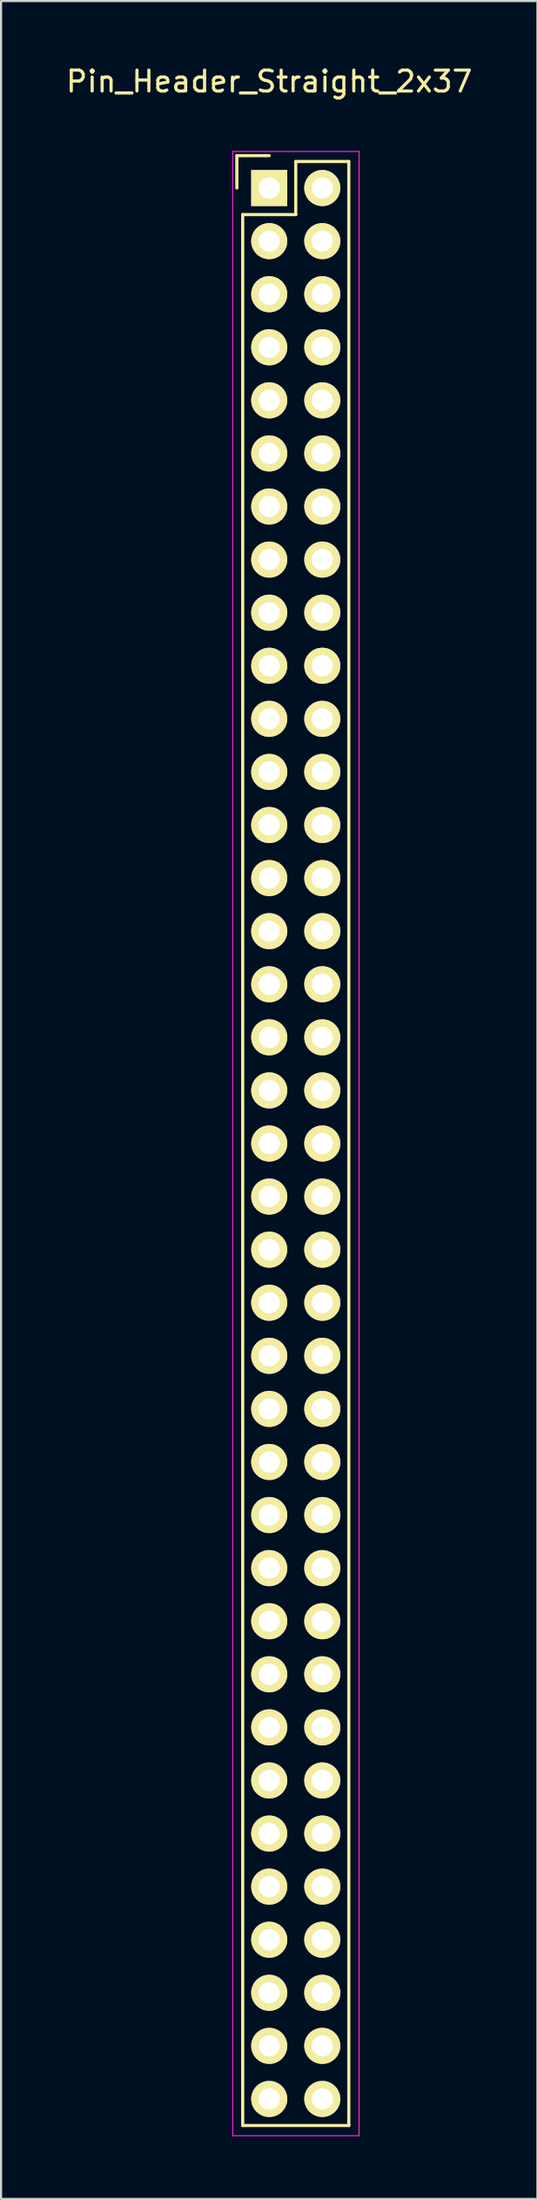
<source format=kicad_pcb>
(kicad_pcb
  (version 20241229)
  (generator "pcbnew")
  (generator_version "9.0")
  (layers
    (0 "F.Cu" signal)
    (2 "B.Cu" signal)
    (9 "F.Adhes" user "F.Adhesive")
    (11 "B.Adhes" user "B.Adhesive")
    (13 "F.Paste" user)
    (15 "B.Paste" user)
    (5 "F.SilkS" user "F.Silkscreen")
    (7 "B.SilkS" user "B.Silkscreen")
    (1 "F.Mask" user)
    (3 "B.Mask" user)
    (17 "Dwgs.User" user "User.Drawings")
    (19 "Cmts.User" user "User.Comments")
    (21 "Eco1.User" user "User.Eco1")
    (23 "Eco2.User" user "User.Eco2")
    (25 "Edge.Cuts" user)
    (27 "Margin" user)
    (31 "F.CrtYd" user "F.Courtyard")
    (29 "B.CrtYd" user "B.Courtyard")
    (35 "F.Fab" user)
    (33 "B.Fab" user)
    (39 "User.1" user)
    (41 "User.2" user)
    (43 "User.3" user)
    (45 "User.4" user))
  (footprint "Pin_Header_Straight_2x37"
    (layer "F.Cu")
    (at 9.839 5.948)
    (property "Reference" "Pin_Header_Straight_2x37" (at 0 -5.1 0) (layer "F.SilkS") (effects (font (size 1 1) (thickness 0.15))))
    (attr through_hole)
    (fp_line (start -1.55 -1.55) (end -1.55 0) (stroke (width 0.15) (type solid)) (layer "F.SilkS"))
    (fp_line (start -1.27 92.71) (end -1.27 1.27) (stroke (width 0.15) (type solid)) (layer "F.SilkS"))
    (fp_line (start 0 -1.55) (end -1.55 -1.55) (stroke (width 0.15) (type solid)) (layer "F.SilkS"))
    (fp_line (start 1.27 -1.27) (end 1.27 1.27) (stroke (width 0.15) (type solid)) (layer "F.SilkS"))
    (fp_line (start 1.27 1.27) (end -1.27 1.27) (stroke (width 0.15) (type solid)) (layer "F.SilkS"))
    (fp_line (start 3.81 -1.27) (end 1.27 -1.27) (stroke (width 0.15) (type solid)) (layer "F.SilkS"))
    (fp_line (start 3.81 -1.27) (end 3.81 92.71) (stroke (width 0.15) (type solid)) (layer "F.SilkS"))
    (fp_line (start 3.81 92.71) (end -1.27 92.71) (stroke (width 0.15) (type solid)) (layer "F.SilkS"))
    (fp_line (start -1.75 -1.75) (end -1.75 93.2) (stroke (width 0.05) (type solid)) (layer "F.CrtYd"))
    (fp_line (start -1.75 -1.75) (end 4.3 -1.75) (stroke (width 0.05) (type solid)) (layer "F.CrtYd"))
    (fp_line (start -1.75 93.2) (end 4.3 93.2) (stroke (width 0.05) (type solid)) (layer "F.CrtYd"))
    (fp_line (start 4.3 -1.75) (end 4.3 93.2) (stroke (width 0.05) (type solid)) (layer "F.CrtYd"))
    (pad "1" thru_hole rect (at 0 0) (size 1.727 1.727) (drill 1.016) (layers "*.Cu" "*.Mask" "F.SilkS"))
    (pad "2" thru_hole oval (at 2.54 0) (size 1.727 1.727) (drill 1.016) (layers "*.Cu" "*.Mask" "F.SilkS"))
    (pad "3" thru_hole oval (at 0 2.54) (size 1.727 1.727) (drill 1.016) (layers "*.Cu" "*.Mask" "F.SilkS"))
    (pad "4" thru_hole oval (at 2.54 2.54) (size 1.727 1.727) (drill 1.016) (layers "*.Cu" "*.Mask" "F.SilkS"))
    (pad "5" thru_hole oval (at 0 5.08) (size 1.727 1.727) (drill 1.016) (layers "*.Cu" "*.Mask" "F.SilkS"))
    (pad "6" thru_hole oval (at 2.54 5.08) (size 1.727 1.727) (drill 1.016) (layers "*.Cu" "*.Mask" "F.SilkS"))
    (pad "7" thru_hole oval (at 0 7.62) (size 1.727 1.727) (drill 1.016) (layers "*.Cu" "*.Mask" "F.SilkS"))
    (pad "8" thru_hole oval (at 2.54 7.62) (size 1.727 1.727) (drill 1.016) (layers "*.Cu" "*.Mask" "F.SilkS"))
    (pad "9" thru_hole oval (at 0 10.16) (size 1.727 1.727) (drill 1.016) (layers "*.Cu" "*.Mask" "F.SilkS"))
    (pad "10" thru_hole oval (at 2.54 10.16) (size 1.727 1.727) (drill 1.016) (layers "*.Cu" "*.Mask" "F.SilkS"))
    (pad "11" thru_hole oval (at 0 12.7) (size 1.727 1.727) (drill 1.016) (layers "*.Cu" "*.Mask" "F.SilkS"))
    (pad "12" thru_hole oval (at 2.54 12.7) (size 1.727 1.727) (drill 1.016) (layers "*.Cu" "*.Mask" "F.SilkS"))
    (pad "13" thru_hole oval (at 0 15.24) (size 1.727 1.727) (drill 1.016) (layers "*.Cu" "*.Mask" "F.SilkS"))
    (pad "14" thru_hole oval (at 2.54 15.24) (size 1.727 1.727) (drill 1.016) (layers "*.Cu" "*.Mask" "F.SilkS"))
    (pad "15" thru_hole oval (at 0 17.78) (size 1.727 1.727) (drill 1.016) (layers "*.Cu" "*.Mask" "F.SilkS"))
    (pad "16" thru_hole oval (at 2.54 17.78) (size 1.727 1.727) (drill 1.016) (layers "*.Cu" "*.Mask" "F.SilkS"))
    (pad "17" thru_hole oval (at 0 20.32) (size 1.727 1.727) (drill 1.016) (layers "*.Cu" "*.Mask" "F.SilkS"))
    (pad "18" thru_hole oval (at 2.54 20.32) (size 1.727 1.727) (drill 1.016) (layers "*.Cu" "*.Mask" "F.SilkS"))
    (pad "19" thru_hole oval (at 0 22.86) (size 1.727 1.727) (drill 1.016) (layers "*.Cu" "*.Mask" "F.SilkS"))
    (pad "20" thru_hole oval (at 2.54 22.86) (size 1.727 1.727) (drill 1.016) (layers "*.Cu" "*.Mask" "F.SilkS"))
    (pad "21" thru_hole oval (at 0 25.4) (size 1.727 1.727) (drill 1.016) (layers "*.Cu" "*.Mask" "F.SilkS"))
    (pad "22" thru_hole oval (at 2.54 25.4) (size 1.727 1.727) (drill 1.016) (layers "*.Cu" "*.Mask" "F.SilkS"))
    (pad "23" thru_hole oval (at 0 27.94) (size 1.727 1.727) (drill 1.016) (layers "*.Cu" "*.Mask" "F.SilkS"))
    (pad "24" thru_hole oval (at 2.54 27.94) (size 1.727 1.727) (drill 1.016) (layers "*.Cu" "*.Mask" "F.SilkS"))
    (pad "25" thru_hole oval (at 0 30.48) (size 1.727 1.727) (drill 1.016) (layers "*.Cu" "*.Mask" "F.SilkS"))
    (pad "26" thru_hole oval (at 2.54 30.48) (size 1.727 1.727) (drill 1.016) (layers "*.Cu" "*.Mask" "F.SilkS"))
    (pad "27" thru_hole oval (at 0 33.02) (size 1.727 1.727) (drill 1.016) (layers "*.Cu" "*.Mask" "F.SilkS"))
    (pad "28" thru_hole oval (at 2.54 33.02) (size 1.727 1.727) (drill 1.016) (layers "*.Cu" "*.Mask" "F.SilkS"))
    (pad "29" thru_hole oval (at 0 35.56) (size 1.727 1.727) (drill 1.016) (layers "*.Cu" "*.Mask" "F.SilkS"))
    (pad "30" thru_hole oval (at 2.54 35.56) (size 1.727 1.727) (drill 1.016) (layers "*.Cu" "*.Mask" "F.SilkS"))
    (pad "31" thru_hole oval (at 0 38.1) (size 1.727 1.727) (drill 1.016) (layers "*.Cu" "*.Mask" "F.SilkS"))
    (pad "32" thru_hole oval (at 2.54 38.1) (size 1.727 1.727) (drill 1.016) (layers "*.Cu" "*.Mask" "F.SilkS"))
    (pad "33" thru_hole oval (at 0 40.64) (size 1.727 1.727) (drill 1.016) (layers "*.Cu" "*.Mask" "F.SilkS"))
    (pad "34" thru_hole oval (at 2.54 40.64) (size 1.727 1.727) (drill 1.016) (layers "*.Cu" "*.Mask" "F.SilkS"))
    (pad "35" thru_hole oval (at 0 43.18) (size 1.727 1.727) (drill 1.016) (layers "*.Cu" "*.Mask" "F.SilkS"))
    (pad "36" thru_hole oval (at 2.54 43.18) (size 1.727 1.727) (drill 1.016) (layers "*.Cu" "*.Mask" "F.SilkS"))
    (pad "37" thru_hole oval (at 0 45.72) (size 1.727 1.727) (drill 1.016) (layers "*.Cu" "*.Mask" "F.SilkS"))
    (pad "38" thru_hole oval (at 2.54 45.72) (size 1.727 1.727) (drill 1.016) (layers "*.Cu" "*.Mask" "F.SilkS"))
    (pad "39" thru_hole oval (at 0 48.26) (size 1.727 1.727) (drill 1.016) (layers "*.Cu" "*.Mask" "F.SilkS"))
    (pad "40" thru_hole oval (at 2.54 48.26) (size 1.727 1.727) (drill 1.016) (layers "*.Cu" "*.Mask" "F.SilkS"))
    (pad "41" thru_hole oval (at 0 50.8) (size 1.727 1.727) (drill 1.016) (layers "*.Cu" "*.Mask" "F.SilkS"))
    (pad "42" thru_hole oval (at 2.54 50.8) (size 1.727 1.727) (drill 1.016) (layers "*.Cu" "*.Mask" "F.SilkS"))
    (pad "43" thru_hole oval (at 0 53.34) (size 1.727 1.727) (drill 1.016) (layers "*.Cu" "*.Mask" "F.SilkS"))
    (pad "44" thru_hole oval (at 2.54 53.34) (size 1.727 1.727) (drill 1.016) (layers "*.Cu" "*.Mask" "F.SilkS"))
    (pad "45" thru_hole oval (at 0 55.88) (size 1.727 1.727) (drill 1.016) (layers "*.Cu" "*.Mask" "F.SilkS"))
    (pad "46" thru_hole oval (at 2.54 55.88) (size 1.727 1.727) (drill 1.016) (layers "*.Cu" "*.Mask" "F.SilkS"))
    (pad "47" thru_hole oval (at 0 58.42) (size 1.727 1.727) (drill 1.016) (layers "*.Cu" "*.Mask" "F.SilkS"))
    (pad "48" thru_hole oval (at 2.54 58.42) (size 1.727 1.727) (drill 1.016) (layers "*.Cu" "*.Mask" "F.SilkS"))
    (pad "49" thru_hole oval (at 0 60.96) (size 1.727 1.727) (drill 1.016) (layers "*.Cu" "*.Mask" "F.SilkS"))
    (pad "50" thru_hole oval (at 2.54 60.96) (size 1.727 1.727) (drill 1.016) (layers "*.Cu" "*.Mask" "F.SilkS"))
    (pad "51" thru_hole oval (at 0 63.5) (size 1.727 1.727) (drill 1.016) (layers "*.Cu" "*.Mask" "F.SilkS"))
    (pad "52" thru_hole oval (at 2.54 63.5) (size 1.727 1.727) (drill 1.016) (layers "*.Cu" "*.Mask" "F.SilkS"))
    (pad "53" thru_hole oval (at 0 66.04) (size 1.727 1.727) (drill 1.016) (layers "*.Cu" "*.Mask" "F.SilkS"))
    (pad "54" thru_hole oval (at 2.54 66.04) (size 1.727 1.727) (drill 1.016) (layers "*.Cu" "*.Mask" "F.SilkS"))
    (pad "55" thru_hole oval (at 0 68.58) (size 1.727 1.727) (drill 1.016) (layers "*.Cu" "*.Mask" "F.SilkS"))
    (pad "56" thru_hole oval (at 2.54 68.58) (size 1.727 1.727) (drill 1.016) (layers "*.Cu" "*.Mask" "F.SilkS"))
    (pad "57" thru_hole oval (at 0 71.12) (size 1.727 1.727) (drill 1.016) (layers "*.Cu" "*.Mask" "F.SilkS"))
    (pad "58" thru_hole oval (at 2.54 71.12) (size 1.727 1.727) (drill 1.016) (layers "*.Cu" "*.Mask" "F.SilkS"))
    (pad "59" thru_hole oval (at 0 73.66) (size 1.727 1.727) (drill 1.016) (layers "*.Cu" "*.Mask" "F.SilkS"))
    (pad "60" thru_hole oval (at 2.54 73.66) (size 1.727 1.727) (drill 1.016) (layers "*.Cu" "*.Mask" "F.SilkS"))
    (pad "61" thru_hole oval (at 0 76.2) (size 1.727 1.727) (drill 1.016) (layers "*.Cu" "*.Mask" "F.SilkS"))
    (pad "62" thru_hole oval (at 2.54 76.2) (size 1.727 1.727) (drill 1.016) (layers "*.Cu" "*.Mask" "F.SilkS"))
    (pad "63" thru_hole oval (at 0 78.74) (size 1.727 1.727) (drill 1.016) (layers "*.Cu" "*.Mask" "F.SilkS"))
    (pad "64" thru_hole oval (at 2.54 78.74) (size 1.727 1.727) (drill 1.016) (layers "*.Cu" "*.Mask" "F.SilkS"))
    (pad "65" thru_hole oval (at 0 81.28) (size 1.727 1.727) (drill 1.016) (layers "*.Cu" "*.Mask" "F.SilkS"))
    (pad "66" thru_hole oval (at 2.54 81.28) (size 1.727 1.727) (drill 1.016) (layers "*.Cu" "*.Mask" "F.SilkS"))
    (pad "67" thru_hole oval (at 0 83.82) (size 1.727 1.727) (drill 1.016) (layers "*.Cu" "*.Mask" "F.SilkS"))
    (pad "68" thru_hole oval (at 2.54 83.82) (size 1.727 1.727) (drill 1.016) (layers "*.Cu" "*.Mask" "F.SilkS"))
    (pad "69" thru_hole oval (at 0 86.36) (size 1.727 1.727) (drill 1.016) (layers "*.Cu" "*.Mask" "F.SilkS"))
    (pad "70" thru_hole oval (at 2.54 86.36) (size 1.727 1.727) (drill 1.016) (layers "*.Cu" "*.Mask" "F.SilkS"))
    (pad "71" thru_hole oval (at 0 88.9) (size 1.727 1.727) (drill 1.016) (layers "*.Cu" "*.Mask" "F.SilkS"))
    (pad "72" thru_hole oval (at 2.54 88.9) (size 1.727 1.727) (drill 1.016) (layers "*.Cu" "*.Mask" "F.SilkS"))
    (pad "73" thru_hole oval (at 0 91.44) (size 1.727 1.727) (drill 1.016) (layers "*.Cu" "*.Mask" "F.SilkS"))
    (pad "74" thru_hole oval (at 2.54 91.44) (size 1.727 1.727) (drill 1.016) (layers "*.Cu" "*.Mask" "F.SilkS")))
  (gr_rect
    (start -3 -3)
    (end 22.679 102.173)
    (stroke (width 0.1) (type default))
    (fill no)
    (layer "Edge.Cuts")))
</source>
